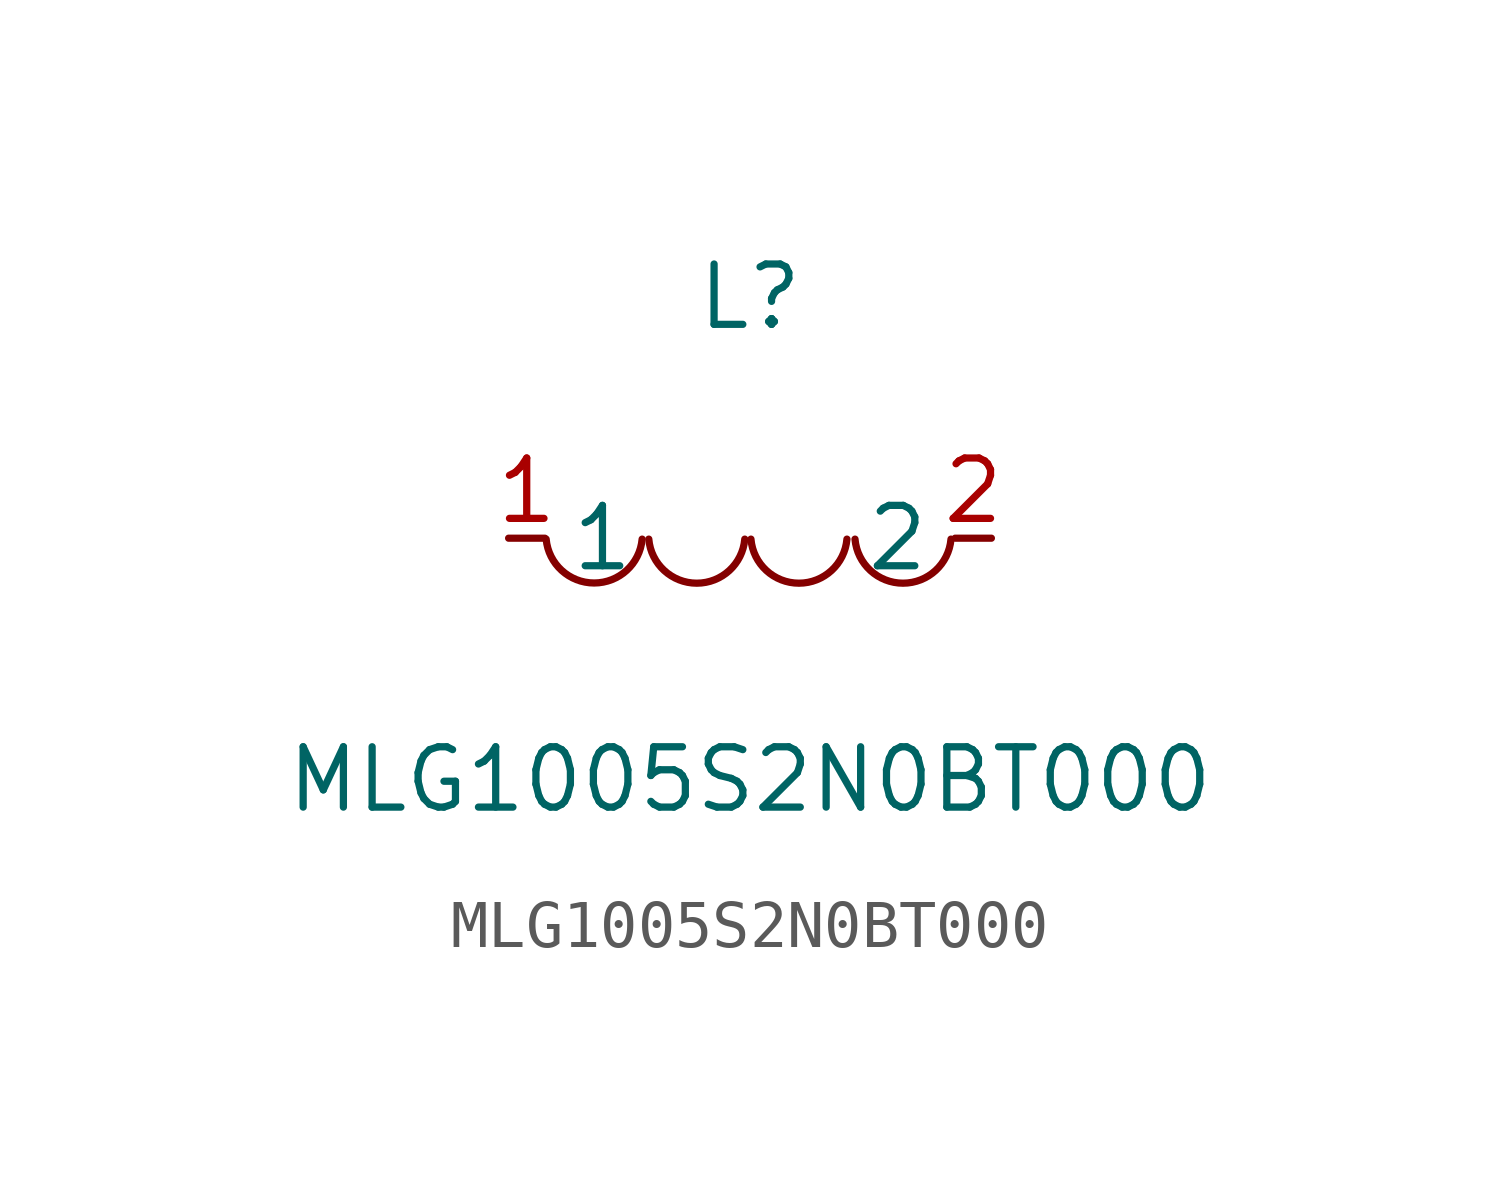
<source format=kicad_sym>
(kicad_symbol_lib
  (version 1)
  (generator "faebryk")
  (symbol "MLG1005S2N0BT000"
    (property "Reference" "L"
      (at 0 5.08 0)
      (effects (font (size 1.27 1.27)) (hide no)))
    (property "Value" "MLG1005S2N0BT000"
      (at 0 -5.08 0)
      (effects (font (size 1.27 1.27)) (hide no)))
    (symbol "MLG1005S2N0BT000_0_1"
      (arc (start -4.29 -0.02) (mid -2.81 -1.01) (end -2.27 -0.02) (stroke (width 0) (type default) (color 0 0 0 0)) (fill (type none)))
      (arc (start -2.13 -0.02) (mid -0.66 -1.01) (end -0.11 -0.02) (stroke (width 0) (type default) (color 0 0 0 0)) (fill (type none)))
      (arc (start 0.02 -0.02) (mid 1.49 -1.01) (end 2.04 -0.02) (stroke (width 0) (type default) (color 0 0 0 0)) (fill (type none)))
      (arc (start 2.21 -0.02) (mid 3.68 -1.01) (end 4.23 -0.02) (stroke (width 0) (type default) (color 0 0 0 0)) (fill (type none)))
      (pin unspecified line (at 5.08 0 180) (length 0.762) (name "2" (effects (font (size 1.27 1.27)) (hide no))) (number "2" (effects (font (size 1.27 1.27)) (hide no))))
      (pin unspecified line (at -5.08 0 0) (length 0.762) (name "1" (effects (font (size 1.27 1.27)) (hide no))) (number "1" (effects (font (size 1.27 1.27)) (hide no)))))))
</source>
